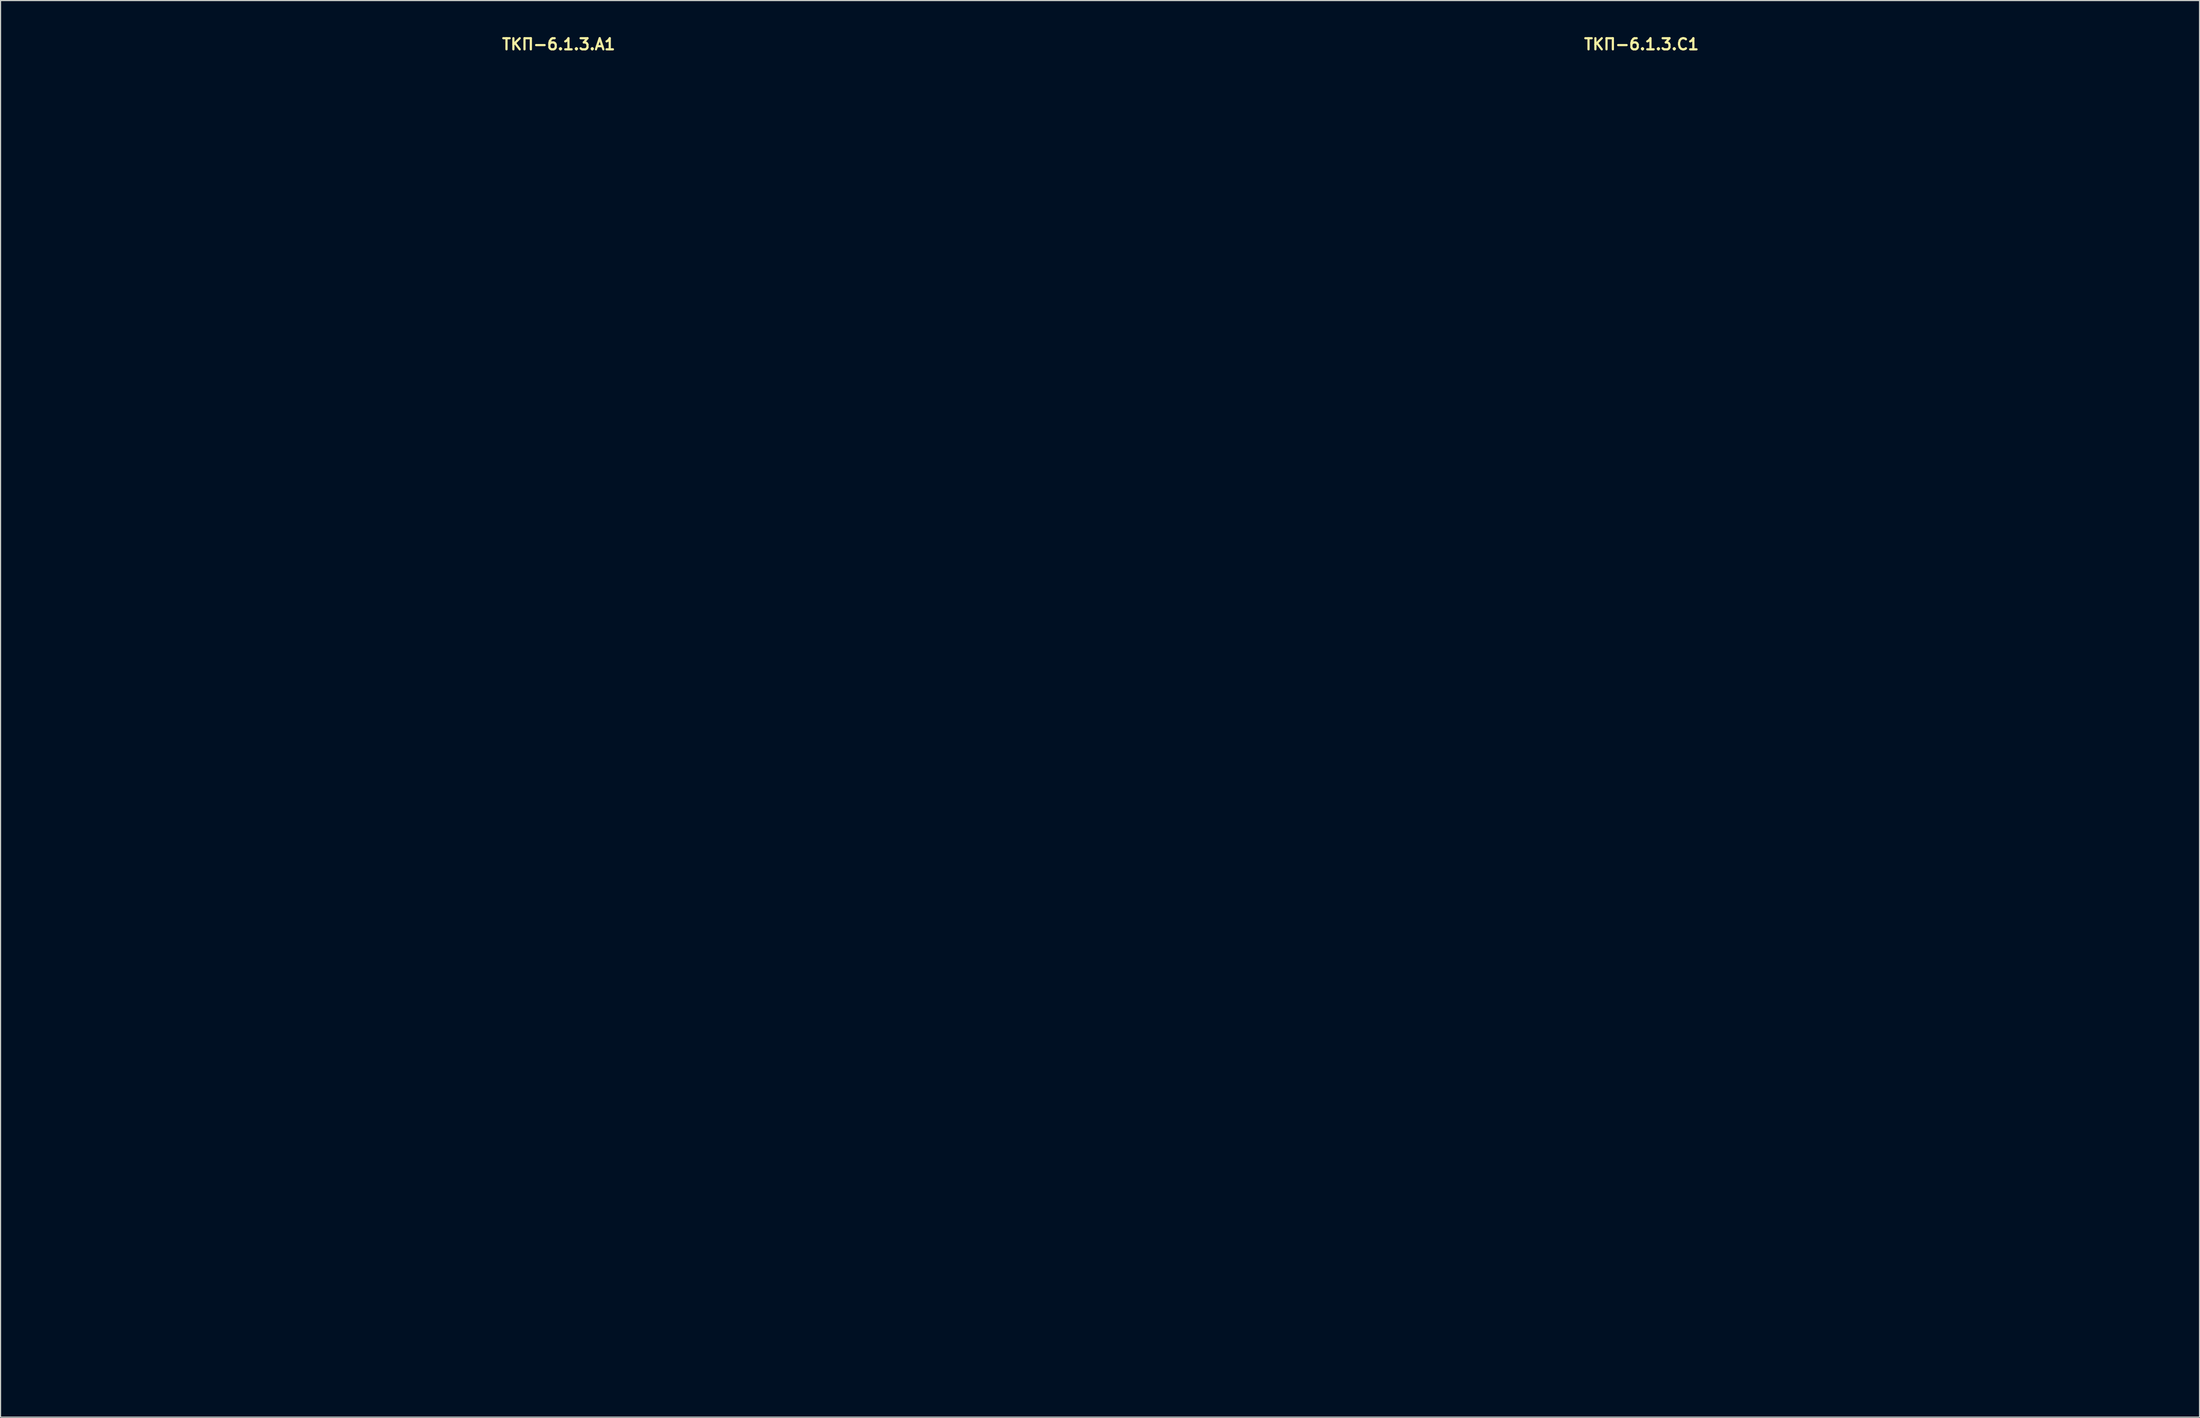
<source format=kicad_pcb>
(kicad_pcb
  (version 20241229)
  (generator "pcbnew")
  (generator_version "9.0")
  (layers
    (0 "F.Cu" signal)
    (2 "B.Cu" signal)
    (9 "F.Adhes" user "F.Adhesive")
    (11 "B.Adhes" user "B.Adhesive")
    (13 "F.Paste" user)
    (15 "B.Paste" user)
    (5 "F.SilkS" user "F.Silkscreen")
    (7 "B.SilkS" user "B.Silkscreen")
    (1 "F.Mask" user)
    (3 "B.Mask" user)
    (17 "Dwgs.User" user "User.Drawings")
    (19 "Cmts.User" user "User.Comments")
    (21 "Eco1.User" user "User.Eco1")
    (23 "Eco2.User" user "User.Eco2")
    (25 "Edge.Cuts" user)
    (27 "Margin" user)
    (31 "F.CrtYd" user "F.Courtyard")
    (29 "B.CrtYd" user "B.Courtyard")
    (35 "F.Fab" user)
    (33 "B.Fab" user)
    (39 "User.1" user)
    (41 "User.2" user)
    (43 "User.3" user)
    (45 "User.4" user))
  (footprint "ТКП-6.1.3.A1"
    (layer "F.Cu")
    (at 47.2 61.515)
    (property "Reference" "ТКП-6.1.3.A1" (at 0 -60.579 0) (layer "F.SilkS") (effects (font (size 1 1) (thickness 0.2))))
    (attr through_hole)
    (fp_line (start -47 -56.65) (end -47 56.65) (stroke (width 0.4) (type solid)) (layer "Eco1.User"))
    (fp_line (start -43.9 -59.75) (end 43.9 -59.75) (stroke (width 0.4) (type solid)) (layer "Eco1.User"))
    (fp_line (start -43.9 59.75) (end 43.9 59.75) (stroke (width 0.4) (type solid)) (layer "Eco1.User"))
    (fp_line (start 47 -56.65) (end 47 56.65) (stroke (width 0.4) (type solid)) (layer "Eco1.User"))
    (fp_arc (start -47 -56.65) (mid -46.092031 -58.842031) (end -43.9 -59.75) (stroke (width 0.4) (type solid)) (layer "Eco1.User"))
    (fp_arc (start -43.9 59.75) (mid -46.092031 58.842031) (end -47 56.65) (stroke (width 0.4) (type solid)) (layer "Eco1.User"))
    (fp_arc (start 43.9 -59.75) (mid 46.092031 -58.842031) (end 47 -56.65) (stroke (width 0.4) (type solid)) (layer "Eco1.User"))
    (fp_arc (start 47 56.65) (mid 46.092031 58.842031) (end 43.9 59.75) (stroke (width 0.4) (type solid)) (layer "Eco1.User"))
    (fp_circle (center -39.37 -5.08) (end -37.87 -5.08) (stroke (width 0.4) (type solid)) (fill no) (layer "Eco1.User"))
    (fp_circle (center -38.6 -51.35) (end -37.1 -51.35) (stroke (width 0.4) (type solid)) (fill no) (layer "Eco1.User"))
    (fp_circle (center -38.6 51.35) (end -37.1 51.35) (stroke (width 0.4) (type solid)) (fill no) (layer "Eco1.User"))
    (fp_circle (center -33.02 -31.55) (end -29.42 -31.55) (stroke (width 0.4) (type solid)) (fill no) (layer "Eco1.User"))
    (fp_circle (center -29.21 -52.07) (end -27.71 -52.07) (stroke (width 0.4) (type solid)) (fill no) (layer "Eco1.User"))
    (fp_circle (center -26.67 -5.08) (end -23.67 -5.08) (stroke (width 0.4) (type solid)) (fill no) (layer "Eco1.User"))
    (fp_circle (center -8.89 -52.07) (end -7.39 -52.07) (stroke (width 0.4) (type solid)) (fill no) (layer "Eco1.User"))
    (fp_circle (center 0 -31.55) (end 3.6 -31.55) (stroke (width 0.4) (type solid)) (fill no) (layer "Eco1.User"))
    (fp_circle (center 0 -5.08) (end 3 -5.08) (stroke (width 0.4) (type solid)) (fill no) (layer "Eco1.User"))
    (fp_circle (center 0 13.97) (end 2.65 13.97) (stroke (width 0.4) (type solid)) (fill no) (layer "Eco1.User"))
    (fp_circle (center 0 29.21) (end 6 29.21) (stroke (width 0.4) (type solid)) (fill no) (layer "Eco1.User"))
    (fp_circle (center 8.89 -52.07) (end 10.39 -52.07) (stroke (width 0.4) (type solid)) (fill no) (layer "Eco1.User"))
    (fp_circle (center 26.67 -5.08) (end 29.67 -5.08) (stroke (width 0.4) (type solid)) (fill no) (layer "Eco1.User"))
    (fp_circle (center 29.21 -52.07) (end 30.71 -52.07) (stroke (width 0.4) (type solid)) (fill no) (layer "Eco1.User"))
    (fp_circle (center 33.02 -31.55) (end 36.62 -31.55) (stroke (width 0.4) (type solid)) (fill no) (layer "Eco1.User"))
    (fp_circle (center 38.6 -51.35) (end 40.1 -51.35) (stroke (width 0.4) (type solid)) (fill no) (layer "Eco1.User"))
    (fp_circle (center 38.6 51.35) (end 40.1 51.35) (stroke (width 0.4) (type solid)) (fill no) (layer "Eco1.User"))
    (fp_circle (center 39.37 -5.08) (end 40.87 -5.08) (stroke (width 0.4) (type solid)) (fill no) (layer "Eco1.User")))
  (footprint "ТКП-6.1.3.C1"
    (layer "F.Cu")
    (at 144.6 61.515)
    (property "Reference" "ТКП-6.1.3.C1" (at 0 -60.579 0) (layer "F.SilkS") (effects (font (size 1 1) (thickness 0.2))))
    (attr through_hole)
    (fp_line (start -47 -56.65) (end -47 56.65) (stroke (width 0.4) (type solid)) (layer "Eco1.User"))
    (fp_line (start -43.9 -59.75) (end 43.9 -59.75) (stroke (width 0.4) (type solid)) (layer "Eco1.User"))
    (fp_line (start -43.9 59.75) (end 43.9 59.75) (stroke (width 0.4) (type solid)) (layer "Eco1.User"))
    (fp_line (start 47 -56.65) (end 47 56.65) (stroke (width 0.4) (type solid)) (layer "Eco1.User"))
    (fp_arc (start -47 -56.65) (mid -46.092031 -58.842031) (end -43.9 -59.75) (stroke (width 0.4) (type solid)) (layer "Eco1.User"))
    (fp_arc (start -43.9 59.75) (mid -46.092031 58.842031) (end -47 56.65) (stroke (width 0.4) (type solid)) (layer "Eco1.User"))
    (fp_arc (start 43.9 -59.75) (mid 46.092031 -58.842031) (end 47 -56.65) (stroke (width 0.4) (type solid)) (layer "Eco1.User"))
    (fp_arc (start 47 56.65) (mid 46.092031 58.842031) (end 43.9 59.75) (stroke (width 0.4) (type solid)) (layer "Eco1.User"))
    (fp_circle (center -38.6 -51.35) (end -37.1 -51.35) (stroke (width 0.4) (type solid)) (fill no) (layer "Eco1.User"))
    (fp_circle (center -38.6 51.35) (end -37.1 51.35) (stroke (width 0.4) (type solid)) (fill no) (layer "Eco1.User"))
    (fp_circle (center -33.02 -31.55) (end -29.42 -31.55) (stroke (width 0.4) (type solid)) (fill no) (layer "Eco1.User"))
    (fp_circle (center -33.02 -4.88) (end -29.42 -4.88) (stroke (width 0.4) (type solid)) (fill no) (layer "Eco1.User"))
    (fp_circle (center -29.21 -52.07) (end -27.71 -52.07) (stroke (width 0.4) (type solid)) (fill no) (layer "Eco1.User"))
    (fp_circle (center -8.89 -52.07) (end -7.39 -52.07) (stroke (width 0.4) (type solid)) (fill no) (layer "Eco1.User"))
    (fp_circle (center 0 -31.55) (end 3.6 -31.55) (stroke (width 0.4) (type solid)) (fill no) (layer "Eco1.User"))
    (fp_circle (center 0 -4.88) (end 3.6 -4.88) (stroke (width 0.4) (type solid)) (fill no) (layer "Eco1.User"))
    (fp_circle (center 0 13.97) (end 2.65 13.97) (stroke (width 0.4) (type solid)) (fill no) (layer "Eco1.User"))
    (fp_circle (center 0 29.21) (end 6 29.21) (stroke (width 0.4) (type solid)) (fill no) (layer "Eco1.User"))
    (fp_circle (center 8.89 -52.07) (end 10.39 -52.07) (stroke (width 0.4) (type solid)) (fill no) (layer "Eco1.User"))
    (fp_circle (center 29.21 -52.07) (end 30.71 -52.07) (stroke (width 0.4) (type solid)) (fill no) (layer "Eco1.User"))
    (fp_circle (center 33.02 -31.55) (end 36.62 -31.55) (stroke (width 0.4) (type solid)) (fill no) (layer "Eco1.User"))
    (fp_circle (center 33.02 -4.88) (end 36.62 -4.88) (stroke (width 0.4) (type solid)) (fill no) (layer "Eco1.User"))
    (fp_circle (center 38.6 -51.35) (end 40.1 -51.35) (stroke (width 0.4) (type solid)) (fill no) (layer "Eco1.User"))
    (fp_circle (center 38.6 51.35) (end 40.1 51.35) (stroke (width 0.4) (type solid)) (fill no) (layer "Eco1.User")))
  (gr_rect
    (start -3 -3)
    (end 194.8 124.465)
    (stroke (width 0.1) (type default))
    (fill no)
    (layer "Edge.Cuts")))
</source>
